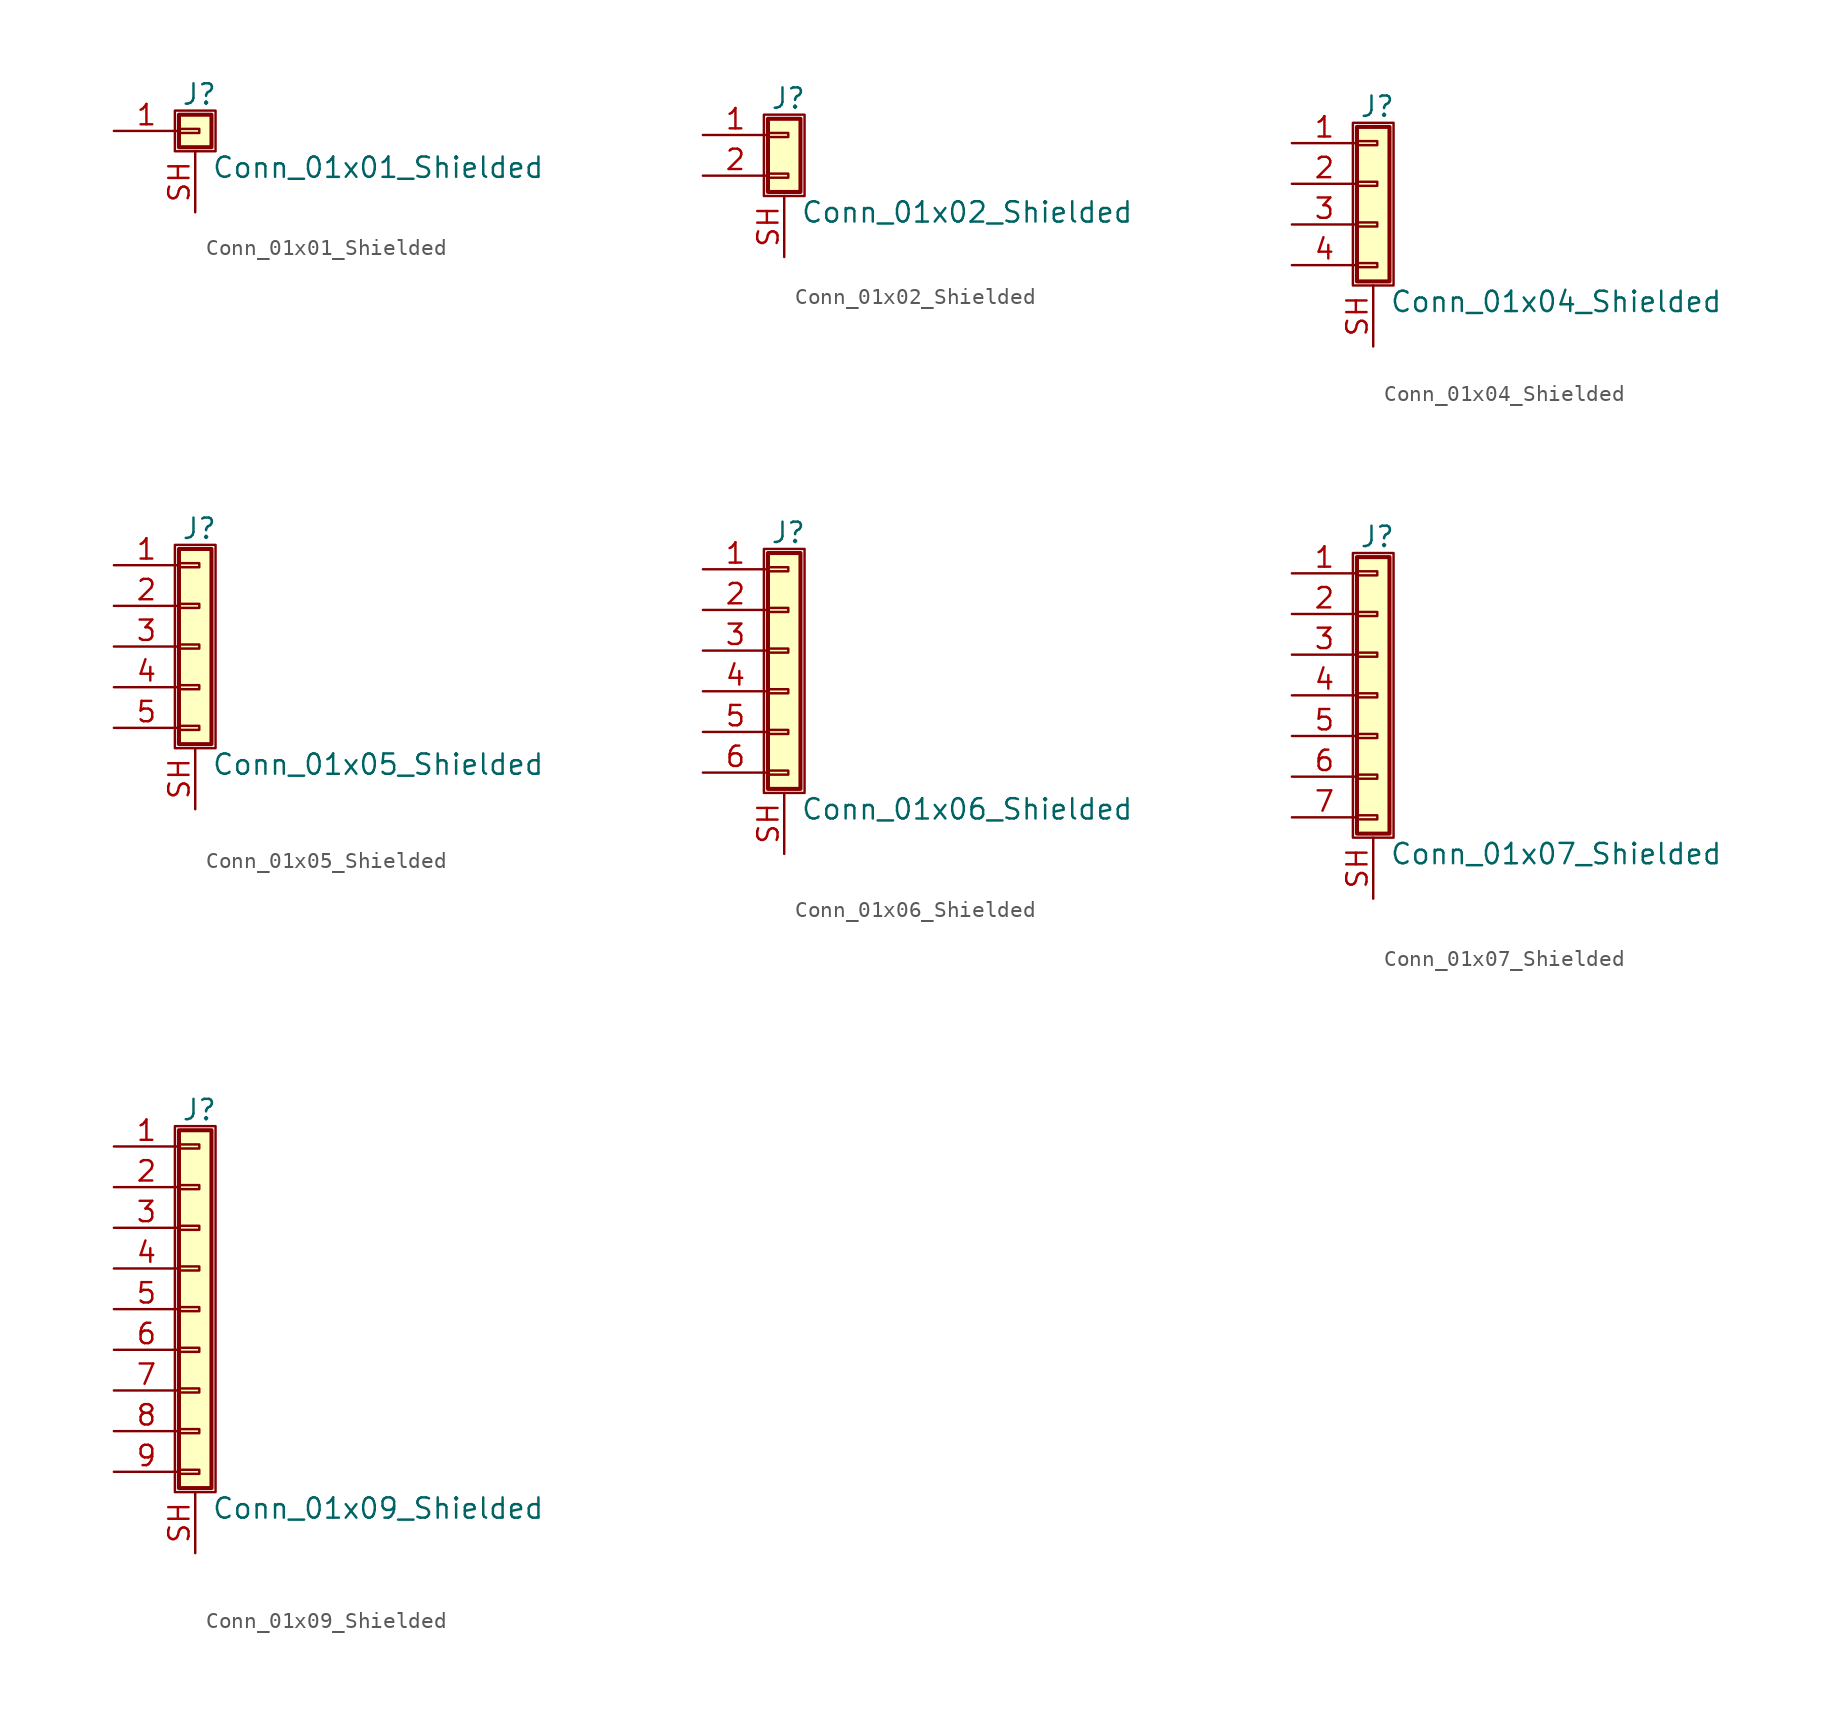
<source format=kicad_sym>
(kicad_symbol_lib
  (version 20201005)
  (generator kicad_symbol_editor)
  (symbol "Conn_01x01_Shielded"
    (pin_names
      (offset 1.016) hide)
    (property "Reference" "J"
      (at 0.254 2.286 0)
      (effects (font (size 1.27 1.27))))
    (property "Value" "Conn_01x01_Shielded"
      (at 1.016 -2.286 0)
      (effects (font (size 1.27 1.27)) (justify left)))
    (symbol "Conn_01x01_Shielded_1_1"
      (rectangle (start -1.27 1.27) (end 1.27 -1.27) (stroke (width 0.152)) (fill (type none)))
      (rectangle (start -1.016 0.127) (end 0.254 -0.127) (stroke (width 0.152)) (fill (type none)))
      (rectangle (start -1.016 1.016) (end 1.016 -1.016) (stroke (width 0.254)) (fill (type background)))
      (pin passive line (at -5.08 0 0) (length 4.064) (name "Pin_1" (effects (font (size 1.27 1.27)))) (number "1" (effects (font (size 1.27 1.27)))))
      (pin passive line (at 0 -5.08 90) (length 3.81) (name "Shield" (effects (font (size 1.27 1.27)))) (number "SH" (effects (font (size 1.27 1.27)))))))
  (symbol "Conn_01x02_Shielded"
    (pin_names
      (offset 1.016) hide)
    (property "Reference" "J"
      (at 0.254 2.286 0)
      (effects (font (size 1.27 1.27))))
    (property "Value" "Conn_01x02_Shielded"
      (at 1.016 -4.826 0)
      (effects (font (size 1.27 1.27)) (justify left)))
    (symbol "Conn_01x02_Shielded_1_1"
      (rectangle (start -1.27 1.27) (end 1.27 -3.81) (stroke (width 0.152)) (fill (type none)))
      (rectangle (start -1.016 -2.413) (end 0.254 -2.667) (stroke (width 0.152)) (fill (type none)))
      (rectangle (start -1.016 0.127) (end 0.254 -0.127) (stroke (width 0.152)) (fill (type none)))
      (rectangle (start -1.016 1.016) (end 1.016 -3.556) (stroke (width 0.254)) (fill (type background)))
      (pin passive line (at -5.08 0 0) (length 4.064) (name "Pin_1" (effects (font (size 1.27 1.27)))) (number "1" (effects (font (size 1.27 1.27)))))
      (pin passive line (at -5.08 -2.54 0) (length 4.064) (name "Pin_2" (effects (font (size 1.27 1.27)))) (number "2" (effects (font (size 1.27 1.27)))))
      (pin passive line (at 0 -7.62 90) (length 3.81) (name "Shield" (effects (font (size 1.27 1.27)))) (number "SH" (effects (font (size 1.27 1.27)))))))
  (symbol "Conn_01x04_Shielded"
    (pin_names
      (offset 1.016) hide)
    (property "Reference" "J"
      (at 0.254 4.826 0)
      (effects (font (size 1.27 1.27))))
    (property "Value" "Conn_01x04_Shielded"
      (at 1.016 -7.366 0)
      (effects (font (size 1.27 1.27)) (justify left)))
    (symbol "Conn_01x04_Shielded_1_1"
      (rectangle (start -1.27 3.81) (end 1.27 -6.35) (stroke (width 0.152)) (fill (type none)))
      (rectangle (start -1.016 -4.953) (end 0.254 -5.207) (stroke (width 0.152)) (fill (type none)))
      (rectangle (start -1.016 -2.413) (end 0.254 -2.667) (stroke (width 0.152)) (fill (type none)))
      (rectangle (start -1.016 0.127) (end 0.254 -0.127) (stroke (width 0.152)) (fill (type none)))
      (rectangle (start -1.016 2.667) (end 0.254 2.413) (stroke (width 0.152)) (fill (type none)))
      (rectangle (start -1.016 3.556) (end 1.016 -6.096) (stroke (width 0.254)) (fill (type background)))
      (pin passive line (at -5.08 2.54 0) (length 4.064) (name "Pin_1" (effects (font (size 1.27 1.27)))) (number "1" (effects (font (size 1.27 1.27)))))
      (pin passive line (at -5.08 0 0) (length 4.064) (name "Pin_2" (effects (font (size 1.27 1.27)))) (number "2" (effects (font (size 1.27 1.27)))))
      (pin passive line (at -5.08 -2.54 0) (length 4.064) (name "Pin_3" (effects (font (size 1.27 1.27)))) (number "3" (effects (font (size 1.27 1.27)))))
      (pin passive line (at -5.08 -5.08 0) (length 4.064) (name "Pin_4" (effects (font (size 1.27 1.27)))) (number "4" (effects (font (size 1.27 1.27)))))
      (pin passive line (at 0 -10.16 90) (length 3.81) (name "Shield" (effects (font (size 1.27 1.27)))) (number "SH" (effects (font (size 1.27 1.27)))))))
  (symbol "Conn_01x05_Shielded"
    (pin_names
      (offset 1.016) hide)
    (property "Reference" "J"
      (at 0.254 7.366 0)
      (effects (font (size 1.27 1.27))))
    (property "Value" "Conn_01x05_Shielded"
      (at 1.016 -7.366 0)
      (effects (font (size 1.27 1.27)) (justify left)))
    (symbol "Conn_01x05_Shielded_1_1"
      (rectangle (start -1.27 6.35) (end 1.27 -6.35) (stroke (width 0.152)) (fill (type none)))
      (rectangle (start -1.016 -4.953) (end 0.254 -5.207) (stroke (width 0.152)) (fill (type none)))
      (rectangle (start -1.016 -2.413) (end 0.254 -2.667) (stroke (width 0.152)) (fill (type none)))
      (rectangle (start -1.016 0.127) (end 0.254 -0.127) (stroke (width 0.152)) (fill (type none)))
      (rectangle (start -1.016 2.667) (end 0.254 2.413) (stroke (width 0.152)) (fill (type none)))
      (rectangle (start -1.016 5.207) (end 0.254 4.953) (stroke (width 0.152)) (fill (type none)))
      (rectangle (start -1.016 6.096) (end 1.016 -6.096) (stroke (width 0.254)) (fill (type background)))
      (pin passive line (at -5.08 5.08 0) (length 4.064) (name "Pin_1" (effects (font (size 1.27 1.27)))) (number "1" (effects (font (size 1.27 1.27)))))
      (pin passive line (at -5.08 2.54 0) (length 4.064) (name "Pin_2" (effects (font (size 1.27 1.27)))) (number "2" (effects (font (size 1.27 1.27)))))
      (pin passive line (at -5.08 0 0) (length 4.064) (name "Pin_3" (effects (font (size 1.27 1.27)))) (number "3" (effects (font (size 1.27 1.27)))))
      (pin passive line (at -5.08 -2.54 0) (length 4.064) (name "Pin_4" (effects (font (size 1.27 1.27)))) (number "4" (effects (font (size 1.27 1.27)))))
      (pin passive line (at -5.08 -5.08 0) (length 4.064) (name "Pin_5" (effects (font (size 1.27 1.27)))) (number "5" (effects (font (size 1.27 1.27)))))
      (pin passive line (at 0 -10.16 90) (length 3.81) (name "Shield" (effects (font (size 1.27 1.27)))) (number "SH" (effects (font (size 1.27 1.27)))))))
  (symbol "Conn_01x06_Shielded"
    (pin_names
      (offset 1.016) hide)
    (property "Reference" "J"
      (at 0.254 7.366 0)
      (effects (font (size 1.27 1.27))))
    (property "Value" "Conn_01x06_Shielded"
      (at 1.016 -9.906 0)
      (effects (font (size 1.27 1.27)) (justify left)))
    (symbol "Conn_01x06_Shielded_1_1"
      (rectangle (start -1.27 6.35) (end 1.27 -8.89) (stroke (width 0.152)) (fill (type none)))
      (rectangle (start -1.016 -7.493) (end 0.254 -7.747) (stroke (width 0.152)) (fill (type none)))
      (rectangle (start -1.016 -4.953) (end 0.254 -5.207) (stroke (width 0.152)) (fill (type none)))
      (rectangle (start -1.016 -2.413) (end 0.254 -2.667) (stroke (width 0.152)) (fill (type none)))
      (rectangle (start -1.016 0.127) (end 0.254 -0.127) (stroke (width 0.152)) (fill (type none)))
      (rectangle (start -1.016 2.667) (end 0.254 2.413) (stroke (width 0.152)) (fill (type none)))
      (rectangle (start -1.016 5.207) (end 0.254 4.953) (stroke (width 0.152)) (fill (type none)))
      (rectangle (start -1.016 6.096) (end 1.016 -8.636) (stroke (width 0.254)) (fill (type background)))
      (pin passive line (at -5.08 5.08 0) (length 4.064) (name "Pin_1" (effects (font (size 1.27 1.27)))) (number "1" (effects (font (size 1.27 1.27)))))
      (pin passive line (at -5.08 2.54 0) (length 4.064) (name "Pin_2" (effects (font (size 1.27 1.27)))) (number "2" (effects (font (size 1.27 1.27)))))
      (pin passive line (at -5.08 0 0) (length 4.064) (name "Pin_3" (effects (font (size 1.27 1.27)))) (number "3" (effects (font (size 1.27 1.27)))))
      (pin passive line (at -5.08 -2.54 0) (length 4.064) (name "Pin_4" (effects (font (size 1.27 1.27)))) (number "4" (effects (font (size 1.27 1.27)))))
      (pin passive line (at -5.08 -5.08 0) (length 4.064) (name "Pin_5" (effects (font (size 1.27 1.27)))) (number "5" (effects (font (size 1.27 1.27)))))
      (pin passive line (at -5.08 -7.62 0) (length 4.064) (name "Pin_6" (effects (font (size 1.27 1.27)))) (number "6" (effects (font (size 1.27 1.27)))))
      (pin passive line (at 0 -12.7 90) (length 3.81) (name "Shield" (effects (font (size 1.27 1.27)))) (number "SH" (effects (font (size 1.27 1.27)))))))
  (symbol "Conn_01x07_Shielded"
    (pin_names
      (offset 1.016) hide)
    (property "Reference" "J"
      (at 0.254 9.906 0)
      (effects (font (size 1.27 1.27))))
    (property "Value" "Conn_01x07_Shielded"
      (at 1.016 -9.906 0)
      (effects (font (size 1.27 1.27)) (justify left)))
    (symbol "Conn_01x07_Shielded_1_1"
      (rectangle (start -1.27 8.89) (end 1.27 -8.89) (stroke (width 0.152)) (fill (type none)))
      (rectangle (start -1.016 -7.493) (end 0.254 -7.747) (stroke (width 0.152)) (fill (type none)))
      (rectangle (start -1.016 -4.953) (end 0.254 -5.207) (stroke (width 0.152)) (fill (type none)))
      (rectangle (start -1.016 -2.413) (end 0.254 -2.667) (stroke (width 0.152)) (fill (type none)))
      (rectangle (start -1.016 0.127) (end 0.254 -0.127) (stroke (width 0.152)) (fill (type none)))
      (rectangle (start -1.016 2.667) (end 0.254 2.413) (stroke (width 0.152)) (fill (type none)))
      (rectangle (start -1.016 5.207) (end 0.254 4.953) (stroke (width 0.152)) (fill (type none)))
      (rectangle (start -1.016 7.747) (end 0.254 7.493) (stroke (width 0.152)) (fill (type none)))
      (rectangle (start -1.016 8.636) (end 1.016 -8.636) (stroke (width 0.254)) (fill (type background)))
      (pin passive line (at -5.08 7.62 0) (length 4.064) (name "Pin_1" (effects (font (size 1.27 1.27)))) (number "1" (effects (font (size 1.27 1.27)))))
      (pin passive line (at -5.08 5.08 0) (length 4.064) (name "Pin_2" (effects (font (size 1.27 1.27)))) (number "2" (effects (font (size 1.27 1.27)))))
      (pin passive line (at -5.08 2.54 0) (length 4.064) (name "Pin_3" (effects (font (size 1.27 1.27)))) (number "3" (effects (font (size 1.27 1.27)))))
      (pin passive line (at -5.08 0 0) (length 4.064) (name "Pin_4" (effects (font (size 1.27 1.27)))) (number "4" (effects (font (size 1.27 1.27)))))
      (pin passive line (at -5.08 -2.54 0) (length 4.064) (name "Pin_5" (effects (font (size 1.27 1.27)))) (number "5" (effects (font (size 1.27 1.27)))))
      (pin passive line (at -5.08 -5.08 0) (length 4.064) (name "Pin_6" (effects (font (size 1.27 1.27)))) (number "6" (effects (font (size 1.27 1.27)))))
      (pin passive line (at -5.08 -7.62 0) (length 4.064) (name "Pin_7" (effects (font (size 1.27 1.27)))) (number "7" (effects (font (size 1.27 1.27)))))
      (pin passive line (at 0 -12.7 90) (length 3.81) (name "Shield" (effects (font (size 1.27 1.27)))) (number "SH" (effects (font (size 1.27 1.27)))))))
  (symbol "Conn_01x09_Shielded"
    (pin_names
      (offset 1.016) hide)
    (property "Reference" "J"
      (at 0.254 12.446 0)
      (effects (font (size 1.27 1.27))))
    (property "Value" "Conn_01x09_Shielded"
      (at 1.016 -12.446 0)
      (effects (font (size 1.27 1.27)) (justify left)))
    (symbol "Conn_01x09_Shielded_1_1"
      (rectangle (start -1.27 11.43) (end 1.27 -11.43) (stroke (width 0.152)) (fill (type none)))
      (rectangle (start -1.016 -10.033) (end 0.254 -10.287) (stroke (width 0.152)) (fill (type none)))
      (rectangle (start -1.016 -7.493) (end 0.254 -7.747) (stroke (width 0.152)) (fill (type none)))
      (rectangle (start -1.016 -4.953) (end 0.254 -5.207) (stroke (width 0.152)) (fill (type none)))
      (rectangle (start -1.016 -2.413) (end 0.254 -2.667) (stroke (width 0.152)) (fill (type none)))
      (rectangle (start -1.016 0.127) (end 0.254 -0.127) (stroke (width 0.152)) (fill (type none)))
      (rectangle (start -1.016 2.667) (end 0.254 2.413) (stroke (width 0.152)) (fill (type none)))
      (rectangle (start -1.016 5.207) (end 0.254 4.953) (stroke (width 0.152)) (fill (type none)))
      (rectangle (start -1.016 7.747) (end 0.254 7.493) (stroke (width 0.152)) (fill (type none)))
      (rectangle (start -1.016 10.287) (end 0.254 10.033) (stroke (width 0.152)) (fill (type none)))
      (rectangle (start -1.016 11.176) (end 1.016 -11.176) (stroke (width 0.254)) (fill (type background)))
      (pin passive line (at -5.08 10.16 0) (length 4.064) (name "Pin_1" (effects (font (size 1.27 1.27)))) (number "1" (effects (font (size 1.27 1.27)))))
      (pin passive line (at -5.08 7.62 0) (length 4.064) (name "Pin_2" (effects (font (size 1.27 1.27)))) (number "2" (effects (font (size 1.27 1.27)))))
      (pin passive line (at -5.08 5.08 0) (length 4.064) (name "Pin_3" (effects (font (size 1.27 1.27)))) (number "3" (effects (font (size 1.27 1.27)))))
      (pin passive line (at -5.08 2.54 0) (length 4.064) (name "Pin_4" (effects (font (size 1.27 1.27)))) (number "4" (effects (font (size 1.27 1.27)))))
      (pin passive line (at -5.08 0 0) (length 4.064) (name "Pin_5" (effects (font (size 1.27 1.27)))) (number "5" (effects (font (size 1.27 1.27)))))
      (pin passive line (at -5.08 -2.54 0) (length 4.064) (name "Pin_6" (effects (font (size 1.27 1.27)))) (number "6" (effects (font (size 1.27 1.27)))))
      (pin passive line (at -5.08 -5.08 0) (length 4.064) (name "Pin_7" (effects (font (size 1.27 1.27)))) (number "7" (effects (font (size 1.27 1.27)))))
      (pin passive line (at -5.08 -7.62 0) (length 4.064) (name "Pin_8" (effects (font (size 1.27 1.27)))) (number "8" (effects (font (size 1.27 1.27)))))
      (pin passive line (at -5.08 -10.16 0) (length 4.064) (name "Pin_9" (effects (font (size 1.27 1.27)))) (number "9" (effects (font (size 1.27 1.27)))))
      (pin passive line (at 0 -15.24 90) (length 3.81) (name "Shield" (effects (font (size 1.27 1.27)))) (number "SH" (effects (font (size 1.27 1.27))))))))
</source>
